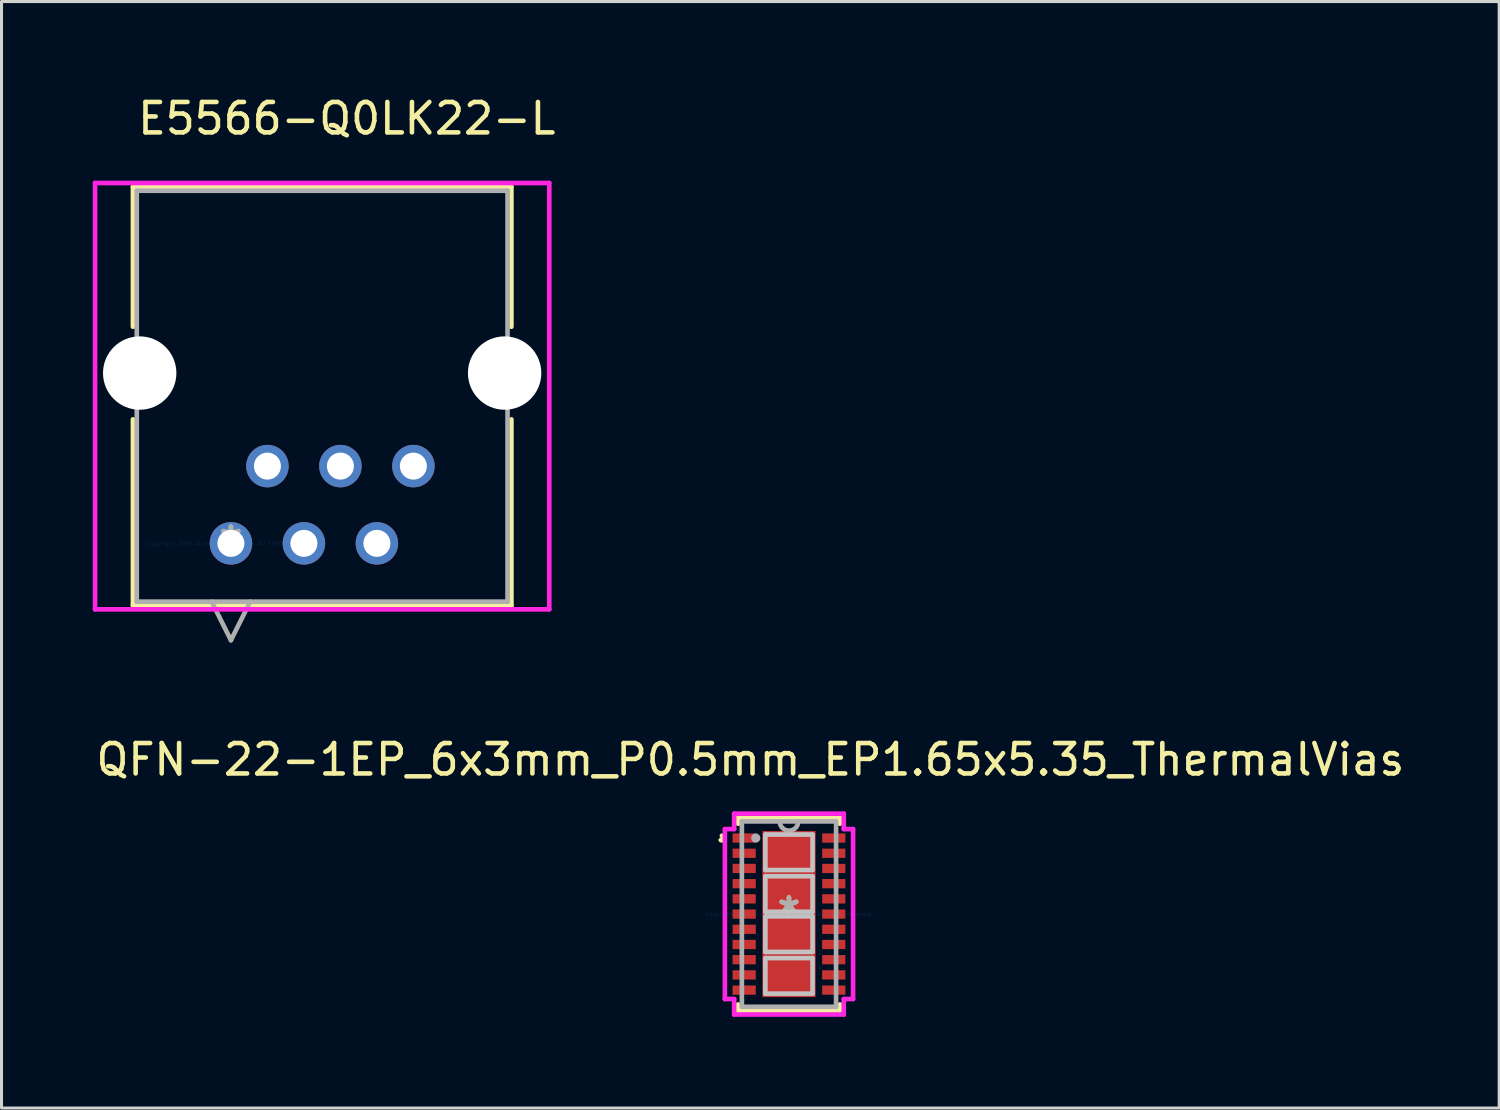
<source format=kicad_pcb>
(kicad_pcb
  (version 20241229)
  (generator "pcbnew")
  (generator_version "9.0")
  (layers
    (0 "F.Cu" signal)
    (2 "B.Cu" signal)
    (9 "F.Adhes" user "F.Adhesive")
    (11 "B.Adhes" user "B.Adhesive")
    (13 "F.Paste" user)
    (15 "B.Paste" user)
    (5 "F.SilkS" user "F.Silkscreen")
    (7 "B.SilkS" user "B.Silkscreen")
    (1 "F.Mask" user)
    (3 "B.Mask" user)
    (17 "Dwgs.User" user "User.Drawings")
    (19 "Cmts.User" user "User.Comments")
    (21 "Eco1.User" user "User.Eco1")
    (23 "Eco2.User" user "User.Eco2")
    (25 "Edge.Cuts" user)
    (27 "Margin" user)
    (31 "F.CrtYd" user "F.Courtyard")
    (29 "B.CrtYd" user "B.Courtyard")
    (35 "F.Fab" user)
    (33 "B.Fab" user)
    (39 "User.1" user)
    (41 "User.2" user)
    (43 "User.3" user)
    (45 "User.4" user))
  (footprint "QFN-22-1EP_6x3mm_P0.5mm_EP1.65x5.35_ThermalVias"
    (layer "F.Cu")
    (at 22.895 27.009)
    (property "Reference" "QFN-22-1EP_6x3mm_P0.5mm_EP1.65x5.35_ThermalVias" (at -1.27 -5.08 0) (layer "F.SilkS") (effects (font (size 1 1) (thickness 0.15))))
    (attr through_hole)
    (fp_line (start -1.676 -3.175) (end -1.676 -2.972) (stroke (width 0.152) (type solid)) (layer "F.SilkS"))
    (fp_line (start -1.676 2.972) (end -1.676 3.175) (stroke (width 0.152) (type solid)) (layer "F.SilkS"))
    (fp_line (start -1.676 3.175) (end 1.676 3.175) (stroke (width 0.152) (type solid)) (layer "F.SilkS"))
    (fp_line (start 1.676 -3.175) (end -1.676 -3.175) (stroke (width 0.152) (type solid)) (layer "F.SilkS"))
    (fp_line (start 1.676 -2.972) (end 1.676 -3.175) (stroke (width 0.152) (type solid)) (layer "F.SilkS"))
    (fp_line (start 1.676 3.175) (end 1.676 2.972) (stroke (width 0.152) (type solid)) (layer "F.SilkS"))
    (fp_arc (start -2.2058 -2.5762) (mid -2.131971 -2.48114) (end -2.242346 -2.433136) (stroke (width 0.1524) (type solid)) (layer "F.SilkS"))
    (fp_line (start -0.776 -2.616) (end -0.776 -1.448) (stroke (width 0.152) (type solid)) (layer "Dwgs.User"))
    (fp_line (start -0.776 -1.448) (end 0.776 -1.448) (stroke (width 0.152) (type solid)) (layer "Dwgs.User"))
    (fp_line (start -0.776 -1.245) (end -0.776 -0.076) (stroke (width 0.152) (type solid)) (layer "Dwgs.User"))
    (fp_line (start -0.776 -0.076) (end 0.776 -0.076) (stroke (width 0.152) (type solid)) (layer "Dwgs.User"))
    (fp_line (start -0.776 0.076) (end -0.776 1.245) (stroke (width 0.152) (type solid)) (layer "Dwgs.User"))
    (fp_line (start -0.776 1.245) (end 0.776 1.245) (stroke (width 0.152) (type solid)) (layer "Dwgs.User"))
    (fp_line (start -0.776 1.448) (end -0.776 2.616) (stroke (width 0.152) (type solid)) (layer "Dwgs.User"))
    (fp_line (start -0.776 2.616) (end 0.776 2.616) (stroke (width 0.152) (type solid)) (layer "Dwgs.User"))
    (fp_line (start 0.776 -2.616) (end -0.776 -2.616) (stroke (width 0.152) (type solid)) (layer "Dwgs.User"))
    (fp_line (start 0.776 -1.448) (end 0.776 -2.616) (stroke (width 0.152) (type solid)) (layer "Dwgs.User"))
    (fp_line (start 0.776 -1.245) (end -0.776 -1.245) (stroke (width 0.152) (type solid)) (layer "Dwgs.User"))
    (fp_line (start 0.776 -0.076) (end 0.776 -1.245) (stroke (width 0.152) (type solid)) (layer "Dwgs.User"))
    (fp_line (start 0.776 0.076) (end -0.776 0.076) (stroke (width 0.152) (type solid)) (layer "Dwgs.User"))
    (fp_line (start 0.776 1.245) (end 0.776 0.076) (stroke (width 0.152) (type solid)) (layer "Dwgs.User"))
    (fp_line (start 0.776 1.448) (end -0.776 1.448) (stroke (width 0.152) (type solid)) (layer "Dwgs.User"))
    (fp_line (start 0.776 2.616) (end 0.776 1.448) (stroke (width 0.152) (type solid)) (layer "Dwgs.User"))
    (fp_line (start -2.108 -2.794) (end -1.803 -2.794) (stroke (width 0.152) (type solid)) (layer "F.CrtYd"))
    (fp_line (start -2.108 2.794) (end -2.108 -2.794) (stroke (width 0.152) (type solid)) (layer "F.CrtYd"))
    (fp_line (start -1.803 -3.302) (end 1.803 -3.302) (stroke (width 0.152) (type solid)) (layer "F.CrtYd"))
    (fp_line (start -1.803 -2.794) (end -1.803 -3.302) (stroke (width 0.152) (type solid)) (layer "F.CrtYd"))
    (fp_line (start -1.803 2.794) (end -2.108 2.794) (stroke (width 0.152) (type solid)) (layer "F.CrtYd"))
    (fp_line (start -1.803 3.302) (end -1.803 2.794) (stroke (width 0.152) (type solid)) (layer "F.CrtYd"))
    (fp_line (start 1.803 -3.302) (end 1.803 -2.794) (stroke (width 0.152) (type solid)) (layer "F.CrtYd"))
    (fp_line (start 1.803 -2.794) (end 2.108 -2.794) (stroke (width 0.152) (type solid)) (layer "F.CrtYd"))
    (fp_line (start 1.803 2.794) (end 1.803 3.302) (stroke (width 0.152) (type solid)) (layer "F.CrtYd"))
    (fp_line (start 1.803 3.302) (end -1.803 3.302) (stroke (width 0.152) (type solid)) (layer "F.CrtYd"))
    (fp_line (start 2.108 -2.794) (end 2.108 2.794) (stroke (width 0.152) (type solid)) (layer "F.CrtYd"))
    (fp_line (start 2.108 2.794) (end 1.803 2.794) (stroke (width 0.152) (type solid)) (layer "F.CrtYd"))
    (fp_line (start -1.549 -3.048) (end -1.549 3.048) (stroke (width 0.152) (type solid)) (layer "F.Fab"))
    (fp_line (start -1.549 3.048) (end 1.549 3.048) (stroke (width 0.152) (type solid)) (layer "F.Fab"))
    (fp_line (start 1.549 -3.048) (end -1.549 -3.048) (stroke (width 0.152) (type solid)) (layer "F.Fab"))
    (fp_line (start 1.549 3.048) (end 1.549 -3.048) (stroke (width 0.152) (type solid)) (layer "F.Fab"))
    (fp_arc (start 0.3048 -3.048) (mid 0 -2.7432) (end -0.3048 -3.048) (stroke (width 0.1524) (type solid)) (layer "F.Fab"))
    (fp_circle (center -1.092 -2.5) (end -1.016 -2.5) (stroke (width 0.152) (type solid)) (fill no) (layer "F.Fab"))
    (fp_text user "*" (at 0 0 0) (layer "F.SilkS") (effects (font (size 1 1) (thickness 0.15))))
    (fp_text user "Copyright 2016 Accelerated Designs. All rights reserved." (at 0 0 0) (layer "Cmts.User") (effects (font (size 0.127 0.127) (thickness 0.002))))
    (fp_text user "*" (at 0 0 0) (layer "F.Fab") (effects (font (size 1 1) (thickness 0.15))))
    (pad "1" smd rect (at -1.473 -2.5) (size 0.762 0.305) (layers "F.Cu" "F.Mask" "F.Paste"))
    (pad "2" smd rect (at -1.473 -2) (size 0.762 0.305) (layers "F.Cu" "F.Mask" "F.Paste"))
    (pad "3" smd rect (at -1.473 -1.5) (size 0.762 0.305) (layers "F.Cu" "F.Mask" "F.Paste"))
    (pad "4" smd rect (at -1.473 -1) (size 0.762 0.305) (layers "F.Cu" "F.Mask" "F.Paste"))
    (pad "5" smd rect (at -1.473 -0.5) (size 0.762 0.305) (layers "F.Cu" "F.Mask" "F.Paste"))
    (pad "6" smd rect (at -1.473 0) (size 0.762 0.305) (layers "F.Cu" "F.Mask" "F.Paste"))
    (pad "7" smd rect (at -1.473 0.5) (size 0.762 0.305) (layers "F.Cu" "F.Mask" "F.Paste"))
    (pad "8" smd rect (at -1.473 1) (size 0.762 0.305) (layers "F.Cu" "F.Mask" "F.Paste"))
    (pad "9" smd rect (at -1.473 1.5) (size 0.762 0.305) (layers "F.Cu" "F.Mask" "F.Paste"))
    (pad "10" smd rect (at -1.473 2) (size 0.762 0.305) (layers "F.Cu" "F.Mask" "F.Paste"))
    (pad "11" smd rect (at -1.473 2.5) (size 0.762 0.305) (layers "F.Cu" "F.Mask" "F.Paste"))
    (pad "12" smd rect (at 1.473 2.5) (size 0.762 0.305) (layers "F.Cu" "F.Mask" "F.Paste"))
    (pad "13" smd rect (at 1.473 2) (size 0.762 0.305) (layers "F.Cu" "F.Mask" "F.Paste"))
    (pad "14" smd rect (at 1.473 1.5) (size 0.762 0.305) (layers "F.Cu" "F.Mask" "F.Paste"))
    (pad "15" smd rect (at 1.473 1) (size 0.762 0.305) (layers "F.Cu" "F.Mask" "F.Paste"))
    (pad "16" smd rect (at 1.473 0.5) (size 0.762 0.305) (layers "F.Cu" "F.Mask" "F.Paste"))
    (pad "17" smd rect (at 1.473 0) (size 0.762 0.305) (layers "F.Cu" "F.Mask" "F.Paste"))
    (pad "18" smd rect (at 1.473 -0.5) (size 0.762 0.305) (layers "F.Cu" "F.Mask" "F.Paste"))
    (pad "19" smd rect (at 1.473 -1) (size 0.762 0.305) (layers "F.Cu" "F.Mask" "F.Paste"))
    (pad "20" smd rect (at 1.473 -1.5) (size 0.762 0.305) (layers "F.Cu" "F.Mask" "F.Paste"))
    (pad "21" smd rect (at 1.473 -2) (size 0.762 0.305) (layers "F.Cu" "F.Mask" "F.Paste"))
    (pad "22" smd rect (at 1.473 -2.5) (size 0.762 0.305) (layers "F.Cu" "F.Mask" "F.Paste"))
    (pad "23" smd rect (at 0 0) (size 1.753 5.461) (layers "F.Cu" "F.Mask" "F.Paste")))
  (footprint "E5566-Q0LK22-L"
    (layer "F.Cu")
    (at 4.544 14.818)
    (property "Reference" "E5566-Q0LK22-L" (at 3.81 -13.97 0) (layer "F.SilkS") (effects (font (size 1 1) (thickness 0.15))))
    (attr through_hole)
    (fp_line (start -3.223 -11.723) (end -3.223 -7.123) (stroke (width 0.152) (type solid)) (layer "F.SilkS"))
    (fp_line (start -3.223 -4.077) (end -3.223 2.043) (stroke (width 0.152) (type solid)) (layer "F.SilkS"))
    (fp_line (start -3.223 2.043) (end 9.223 2.043) (stroke (width 0.152) (type solid)) (layer "F.SilkS"))
    (fp_line (start 9.223 -11.723) (end -3.223 -11.723) (stroke (width 0.152) (type solid)) (layer "F.SilkS"))
    (fp_line (start 9.223 -7.123) (end 9.223 -11.723) (stroke (width 0.152) (type solid)) (layer "F.SilkS"))
    (fp_line (start 9.223 2.043) (end 9.223 -4.077) (stroke (width 0.152) (type solid)) (layer "F.SilkS"))
    (fp_line (start -4.468 -11.85) (end -4.468 2.17) (stroke (width 0.152) (type solid)) (layer "F.CrtYd"))
    (fp_line (start -4.468 2.17) (end 10.468 2.17) (stroke (width 0.152) (type solid)) (layer "F.CrtYd"))
    (fp_line (start 10.468 -11.85) (end -4.468 -11.85) (stroke (width 0.152) (type solid)) (layer "F.CrtYd"))
    (fp_line (start 10.468 2.17) (end 10.468 -11.85) (stroke (width 0.152) (type solid)) (layer "F.CrtYd"))
    (fp_line (start -3.096 -11.596) (end -3.096 1.916) (stroke (width 0.152) (type solid)) (layer "F.Fab"))
    (fp_line (start -3.096 1.916) (end 9.096 1.916) (stroke (width 0.152) (type solid)) (layer "F.Fab"))
    (fp_line (start -0.635 1.916) (end 0 3.186) (stroke (width 0.152) (type solid)) (layer "F.Fab"))
    (fp_line (start 0.635 1.916) (end 0 3.186) (stroke (width 0.152) (type solid)) (layer "F.Fab"))
    (fp_line (start 9.096 -11.596) (end -3.096 -11.596) (stroke (width 0.152) (type solid)) (layer "F.Fab"))
    (fp_line (start 9.096 1.916) (end 9.096 -11.596) (stroke (width 0.152) (type solid)) (layer "F.Fab"))
    (fp_text user "*" (at 0 0 0) (layer "F.SilkS") (effects (font (size 1 1) (thickness 0.15))))
    (fp_text user "Copyright 2016 Accelerated Designs. All rights reserved." (at 0 0 0) (layer "Cmts.User") (effects (font (size 0.127 0.127) (thickness 0.002))))
    (fp_text user "*" (at 0 0 0) (layer "F.Fab") (effects (font (size 1 1) (thickness 0.15))))
    (pad "" np_thru_hole circle (at -3 -5.6) (size 2.413 2.413) (drill 2.413) (layers "*.Cu" "*.Mask"))
    (pad "" np_thru_hole circle (at 9 -5.6) (size 2.413 2.413) (drill 2.413) (layers "*.Cu" "*.Mask"))
    (pad "1" thru_hole circle (at 0 0) (size 1.397 1.397) (drill 0.889) (layers "*.Cu" "*.Mask"))
    (pad "2" thru_hole circle (at 1.2 -2.54) (size 1.397 1.397) (drill 0.889) (layers "*.Cu" "*.Mask"))
    (pad "3" thru_hole circle (at 2.4 0) (size 1.397 1.397) (drill 0.889) (layers "*.Cu" "*.Mask"))
    (pad "4" thru_hole circle (at 3.6 -2.54) (size 1.397 1.397) (drill 0.889) (layers "*.Cu" "*.Mask"))
    (pad "5" thru_hole circle (at 4.8 0) (size 1.397 1.397) (drill 0.889) (layers "*.Cu" "*.Mask"))
    (pad "6" thru_hole circle (at 6 -2.54) (size 1.397 1.397) (drill 0.889) (layers "*.Cu" "*.Mask")))
  (gr_rect
    (start -3 -3)
    (end 46.25 33.387)
    (stroke (width 0.1) (type default))
    (fill no)
    (layer "Edge.Cuts")))
</source>
